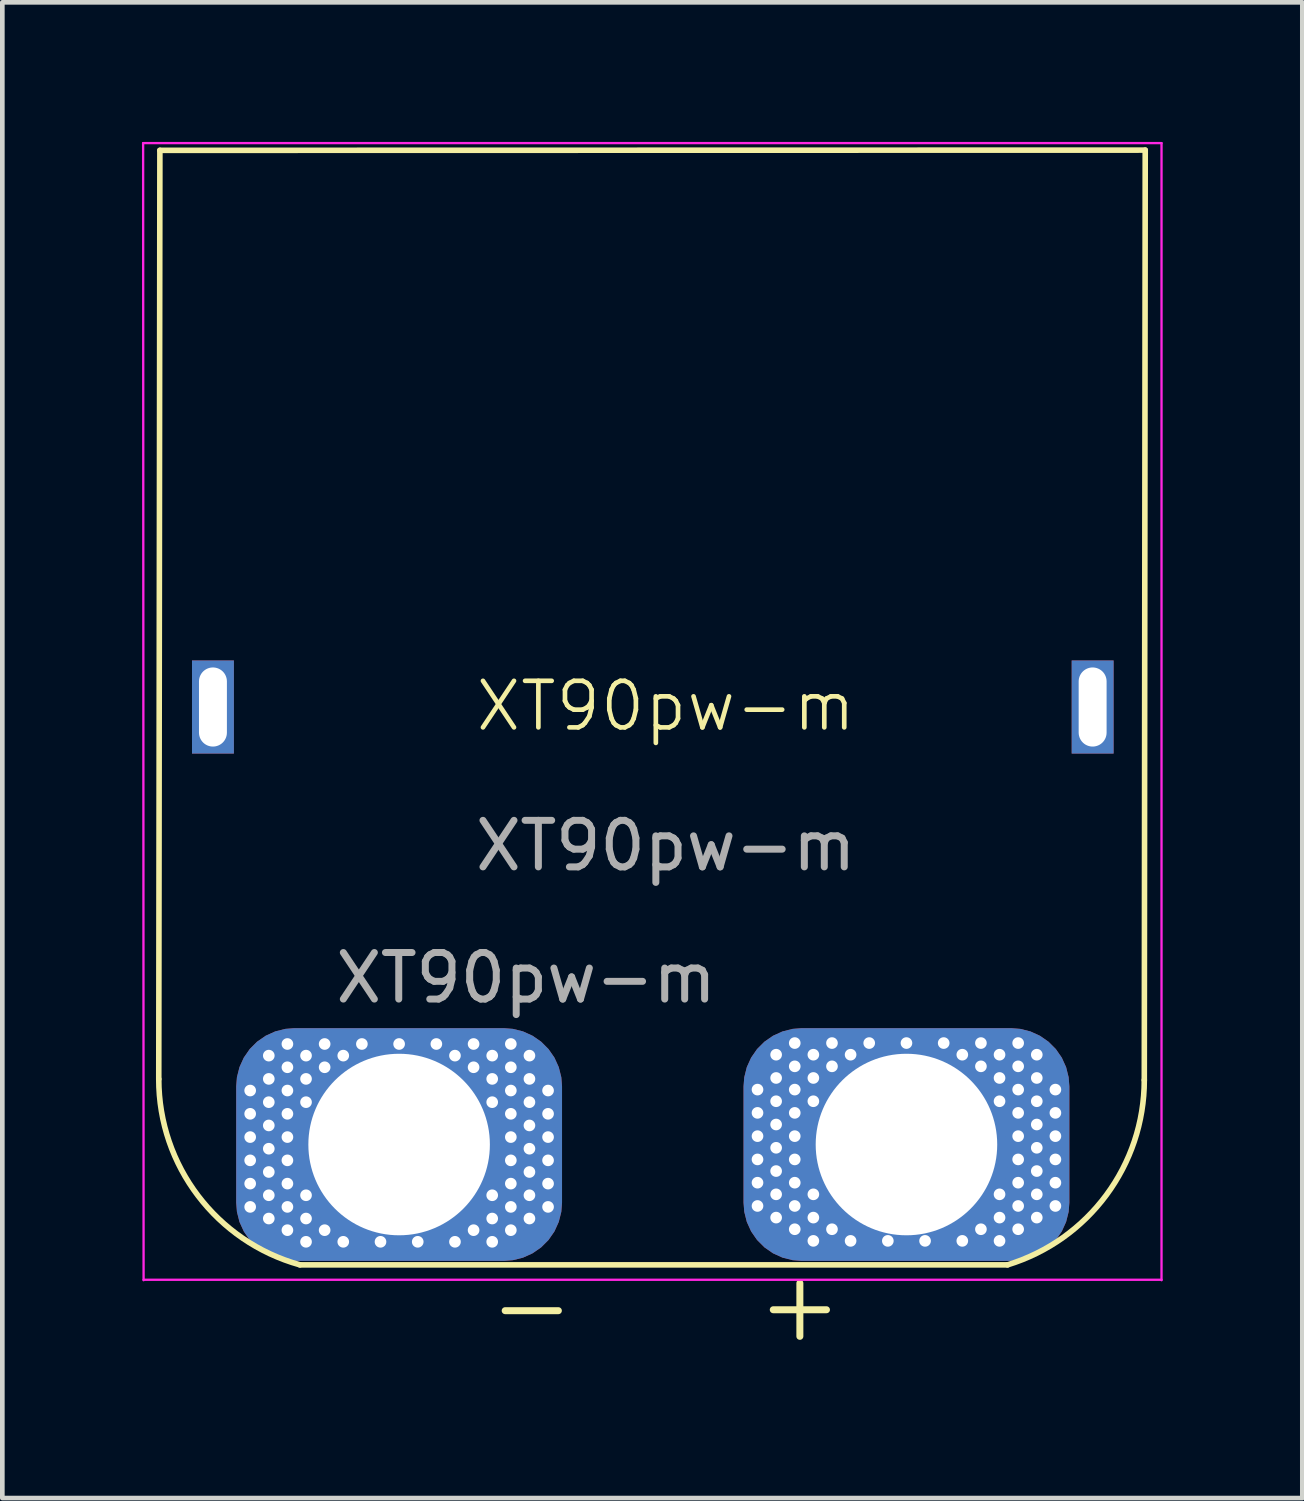
<source format=kicad_pcb>
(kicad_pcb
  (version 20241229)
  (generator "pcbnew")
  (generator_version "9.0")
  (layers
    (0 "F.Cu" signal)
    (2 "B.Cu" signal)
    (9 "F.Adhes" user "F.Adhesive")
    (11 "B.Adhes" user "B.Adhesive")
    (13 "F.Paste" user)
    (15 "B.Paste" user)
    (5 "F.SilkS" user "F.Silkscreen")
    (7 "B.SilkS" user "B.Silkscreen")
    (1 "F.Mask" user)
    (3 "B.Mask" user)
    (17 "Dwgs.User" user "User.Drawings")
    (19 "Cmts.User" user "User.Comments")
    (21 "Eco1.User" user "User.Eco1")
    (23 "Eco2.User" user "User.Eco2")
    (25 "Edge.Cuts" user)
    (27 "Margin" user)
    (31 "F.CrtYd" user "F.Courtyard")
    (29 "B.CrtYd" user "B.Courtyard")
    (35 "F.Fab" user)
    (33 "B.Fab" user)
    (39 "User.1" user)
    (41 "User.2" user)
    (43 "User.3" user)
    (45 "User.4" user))
  (footprint "XT90pw-m"
    (layer "F.Cu")
    (at 11.255 12.62)
    (property "Reference" "XT90pw-m" (at 0 -0.5 0) (unlocked yes) (layer "F.SilkS") (effects (font (size 1 1) (thickness 0.1))))
    (attr through_hole)
    (fp_line (start -10.87 -12.44) (end -10.894 7.515) (stroke (width 0.12) (type solid)) (layer "F.SilkS"))
    (fp_line (start -10.87 -12.44) (end 10.3 -12.445) (stroke (width 0.12) (type solid)) (layer "F.SilkS"))
    (fp_line (start -7.862 11.505) (end 7.342 11.505) (stroke (width 0.12) (type solid)) (layer "F.SilkS"))
    (fp_line (start 10.3 -12.445) (end 10.28 7.535) (stroke (width 0.12) (type solid)) (layer "F.SilkS"))
    (fp_arc (start -7.862398 11.504846) (mid -10.050071 10.020351) (end -10.893919 7.514846) (stroke (width 0.12) (type solid)) (layer "F.SilkS"))
    (fp_arc (start 10.28 7.534576) (mid 9.465683 10.004074) (end 7.342175 11.504823) (stroke (width 0.12) (type solid)) (layer "F.SilkS"))
    (fp_line (start -11.23 -12.595) (end -11.22 11.835) (stroke (width 0.05) (type solid)) (layer "F.CrtYd"))
    (fp_line (start -11.23 -12.595) (end 10.65 -12.595) (stroke (width 0.05) (type solid)) (layer "F.CrtYd"))
    (fp_line (start 10.65 -12.595) (end 10.65 11.835) (stroke (width 0.05) (type solid)) (layer "F.CrtYd"))
    (fp_line (start 10.65 11.825) (end -11.22 11.825) (stroke (width 0.05) (type solid)) (layer "F.CrtYd"))
    (fp_text user "-" (at -2.88 12.375 0) (layer "F.SilkS") (effects (font (size 1.5 1.5) (thickness 0.15))))
    (fp_text user "+" (at 2.88 12.355 0) (layer "F.SilkS") (effects (font (size 1.5 1.5) (thickness 0.15))))
    (fp_text user "${REFERENCE}" (at 0 2.5 0) (unlocked yes) (layer "F.Fab") (effects (font (size 1 1) (thickness 0.15))))
    (fp_text user "${REFERENCE}" (at -3 5.34 0) (layer "F.Fab") (effects (font (size 1 1) (thickness 0.15))))
    (pad "" thru_hole rect (at -9.73 -0.48) (size 0.9 2) (drill oval 0.6 1.7) (layers "*.Cu" "*.Mask"))
    (pad "" thru_hole rect (at 9.17 -0.48) (size 0.9 2) (drill oval 0.6 1.7) (layers "*.Cu" "*.Mask"))
    (pad "1" thru_hole roundrect (at -5.73 8.92) (size 7 5) (drill 3.9) (layers "*.Cu" "*.Mask") (roundrect_rratio 0.25))
    (pad "2" thru_hole circle (at -8.93 7.76 270) (size 0.55 0.55) (drill 0.25) (layers "*.Cu"))
    (pad "2" thru_hole circle (at -8.93 8.26 270) (size 0.55 0.55) (drill 0.25) (layers "*.Cu"))
    (pad "2" thru_hole circle (at -8.93 8.76 270) (size 0.55 0.55) (drill 0.25) (layers "*.Cu"))
    (pad "2" thru_hole circle (at -8.93 9.26 270) (size 0.55 0.55) (drill 0.25) (layers "*.Cu"))
    (pad "2" thru_hole circle (at -8.93 9.76 270) (size 0.55 0.55) (drill 0.25) (layers "*.Cu"))
    (pad "2" thru_hole circle (at -8.93 10.26 270) (size 0.55 0.55) (drill 0.25) (layers "*.Cu"))
    (pad "2" thru_hole circle (at -8.53 7.01 270) (size 0.55 0.55) (drill 0.25) (layers "*.Cu"))
    (pad "2" thru_hole circle (at -8.53 7.51 270) (size 0.55 0.55) (drill 0.25) (layers "*.Cu"))
    (pad "2" thru_hole circle (at -8.53 8.01 270) (size 0.55 0.55) (drill 0.25) (layers "*.Cu"))
    (pad "2" thru_hole circle (at -8.53 8.51 270) (size 0.55 0.55) (drill 0.25) (layers "*.Cu"))
    (pad "2" thru_hole circle (at -8.53 9.01 270) (size 0.55 0.55) (drill 0.25) (layers "*.Cu"))
    (pad "2" thru_hole circle (at -8.53 9.51 270) (size 0.55 0.55) (drill 0.25) (layers "*.Cu"))
    (pad "2" thru_hole circle (at -8.53 10.01 270) (size 0.55 0.55) (drill 0.25) (layers "*.Cu"))
    (pad "2" thru_hole circle (at -8.53 10.51 270) (size 0.55 0.55) (drill 0.25) (layers "*.Cu"))
    (pad "2" thru_hole circle (at -8.13 6.76 270) (size 0.55 0.55) (drill 0.25) (layers "*.Cu"))
    (pad "2" thru_hole circle (at -8.13 7.26 270) (size 0.55 0.55) (drill 0.25) (layers "*.Cu"))
    (pad "2" thru_hole circle (at -8.13 7.76 270) (size 0.55 0.55) (drill 0.25) (layers "*.Cu"))
    (pad "2" thru_hole circle (at -8.13 8.26 270) (size 0.55 0.55) (drill 0.25) (layers "*.Cu"))
    (pad "2" thru_hole circle (at -8.13 8.76 270) (size 0.55 0.55) (drill 0.25) (layers "*.Cu"))
    (pad "2" thru_hole circle (at -8.13 9.26 270) (size 0.55 0.55) (drill 0.25) (layers "*.Cu"))
    (pad "2" thru_hole circle (at -8.13 9.76 270) (size 0.55 0.55) (drill 0.25) (layers "*.Cu"))
    (pad "2" thru_hole circle (at -8.13 10.26 270) (size 0.55 0.55) (drill 0.25) (layers "*.Cu"))
    (pad "2" thru_hole circle (at -8.13 10.76 270) (size 0.55 0.55) (drill 0.25) (layers "*.Cu"))
    (pad "2" thru_hole circle (at -7.73 7.01 270) (size 0.55 0.55) (drill 0.25) (layers "*.Cu"))
    (pad "2" thru_hole circle (at -7.73 7.51 270) (size 0.55 0.55) (drill 0.25) (layers "*.Cu"))
    (pad "2" thru_hole circle (at -7.73 8.01 270) (size 0.55 0.55) (drill 0.25) (layers "*.Cu"))
    (pad "2" thru_hole circle (at -7.73 10.01 270) (size 0.55 0.55) (drill 0.25) (layers "*.Cu"))
    (pad "2" thru_hole circle (at -7.73 10.51 270) (size 0.55 0.55) (drill 0.25) (layers "*.Cu"))
    (pad "2" thru_hole circle (at -7.73 11.01 270) (size 0.55 0.55) (drill 0.25) (layers "*.Cu"))
    (pad "2" thru_hole circle (at -7.33 6.76 270) (size 0.55 0.55) (drill 0.25) (layers "*.Cu"))
    (pad "2" thru_hole circle (at -7.33 7.26 270) (size 0.55 0.55) (drill 0.25) (layers "*.Cu"))
    (pad "2" thru_hole circle (at -7.33 10.76 270) (size 0.55 0.55) (drill 0.25) (layers "*.Cu"))
    (pad "2" thru_hole circle (at -6.93 7.01 270) (size 0.55 0.55) (drill 0.25) (layers "*.Cu"))
    (pad "2" thru_hole circle (at -6.93 11.01 270) (size 0.55 0.55) (drill 0.25) (layers "*.Cu"))
    (pad "2" thru_hole circle (at -6.53 6.76 270) (size 0.55 0.55) (drill 0.25) (layers "*.Cu"))
    (pad "2" thru_hole circle (at -6.13 11.01 270) (size 0.55 0.55) (drill 0.25) (layers "*.Cu"))
    (pad "2" thru_hole circle (at -5.73 6.76 270) (size 0.55 0.55) (drill 0.25) (layers "*.Cu"))
    (pad "2" thru_hole circle (at -5.33 11.01 270) (size 0.55 0.55) (drill 0.25) (layers "*.Cu"))
    (pad "2" thru_hole circle (at -4.93 6.76 270) (size 0.55 0.55) (drill 0.25) (layers "*.Cu"))
    (pad "2" thru_hole circle (at -4.53 7.01 270) (size 0.55 0.55) (drill 0.25) (layers "*.Cu"))
    (pad "2" thru_hole circle (at -4.53 11.01 270) (size 0.55 0.55) (drill 0.25) (layers "*.Cu"))
    (pad "2" thru_hole circle (at -4.13 6.76 270) (size 0.55 0.55) (drill 0.25) (layers "*.Cu"))
    (pad "2" thru_hole circle (at -4.13 7.26 270) (size 0.55 0.55) (drill 0.25) (layers "*.Cu"))
    (pad "2" thru_hole circle (at -4.13 10.76 270) (size 0.55 0.55) (drill 0.25) (layers "*.Cu"))
    (pad "2" thru_hole circle (at -3.73 7.01 270) (size 0.55 0.55) (drill 0.25) (layers "*.Cu"))
    (pad "2" thru_hole circle (at -3.73 7.51 270) (size 0.55 0.55) (drill 0.25) (layers "*.Cu"))
    (pad "2" thru_hole circle (at -3.73 8.01 270) (size 0.55 0.55) (drill 0.25) (layers "*.Cu"))
    (pad "2" thru_hole circle (at -3.73 10.01 270) (size 0.55 0.55) (drill 0.25) (layers "*.Cu"))
    (pad "2" thru_hole circle (at -3.73 10.51 270) (size 0.55 0.55) (drill 0.25) (layers "*.Cu"))
    (pad "2" thru_hole circle (at -3.73 11.01 270) (size 0.55 0.55) (drill 0.25) (layers "*.Cu"))
    (pad "2" thru_hole circle (at -3.33 6.76 270) (size 0.55 0.55) (drill 0.25) (layers "*.Cu"))
    (pad "2" thru_hole circle (at -3.33 7.26 270) (size 0.55 0.55) (drill 0.25) (layers "*.Cu"))
    (pad "2" thru_hole circle (at -3.33 7.76 270) (size 0.55 0.55) (drill 0.25) (layers "*.Cu"))
    (pad "2" thru_hole circle (at -3.33 8.26 270) (size 0.55 0.55) (drill 0.25) (layers "*.Cu"))
    (pad "2" thru_hole circle (at -3.33 8.76 270) (size 0.55 0.55) (drill 0.25) (layers "*.Cu"))
    (pad "2" thru_hole circle (at -3.33 9.26 270) (size 0.55 0.55) (drill 0.25) (layers "*.Cu"))
    (pad "2" thru_hole circle (at -3.33 9.76 270) (size 0.55 0.55) (drill 0.25) (layers "*.Cu"))
    (pad "2" thru_hole circle (at -3.33 10.26 270) (size 0.55 0.55) (drill 0.25) (layers "*.Cu"))
    (pad "2" thru_hole circle (at -3.33 10.76 270) (size 0.55 0.55) (drill 0.25) (layers "*.Cu"))
    (pad "2" thru_hole circle (at -2.93 7.01 270) (size 0.55 0.55) (drill 0.25) (layers "*.Cu"))
    (pad "2" thru_hole circle (at -2.93 7.51 270) (size 0.55 0.55) (drill 0.25) (layers "*.Cu"))
    (pad "2" thru_hole circle (at -2.93 8.01 270) (size 0.55 0.55) (drill 0.25) (layers "*.Cu"))
    (pad "2" thru_hole circle (at -2.93 8.51 270) (size 0.55 0.55) (drill 0.25) (layers "*.Cu"))
    (pad "2" thru_hole circle (at -2.93 9.01 270) (size 0.55 0.55) (drill 0.25) (layers "*.Cu"))
    (pad "2" thru_hole circle (at -2.93 9.51 270) (size 0.55 0.55) (drill 0.25) (layers "*.Cu"))
    (pad "2" thru_hole circle (at -2.93 10.01 270) (size 0.55 0.55) (drill 0.25) (layers "*.Cu"))
    (pad "2" thru_hole circle (at -2.93 10.51 270) (size 0.55 0.55) (drill 0.25) (layers "*.Cu"))
    (pad "2" thru_hole circle (at -2.53 7.76 270) (size 0.55 0.55) (drill 0.25) (layers "*.Cu"))
    (pad "2" thru_hole circle (at -2.53 8.26 270) (size 0.55 0.55) (drill 0.25) (layers "*.Cu"))
    (pad "2" thru_hole circle (at -2.53 8.76 270) (size 0.55 0.55) (drill 0.25) (layers "*.Cu"))
    (pad "2" thru_hole circle (at -2.53 9.26 270) (size 0.55 0.55) (drill 0.25) (layers "*.Cu"))
    (pad "2" thru_hole circle (at -2.53 9.76 270) (size 0.55 0.55) (drill 0.25) (layers "*.Cu"))
    (pad "2" thru_hole circle (at -2.53 10.26 270) (size 0.55 0.55) (drill 0.25) (layers "*.Cu"))
    (pad "2" thru_hole circle (at 1.97 7.74 270) (size 0.55 0.55) (drill 0.25) (layers "*.Cu"))
    (pad "2" thru_hole circle (at 1.97 8.24 270) (size 0.55 0.55) (drill 0.25) (layers "*.Cu"))
    (pad "2" thru_hole circle (at 1.97 8.74 270) (size 0.55 0.55) (drill 0.25) (layers "*.Cu"))
    (pad "2" thru_hole circle (at 1.97 9.24 270) (size 0.55 0.55) (drill 0.25) (layers "*.Cu"))
    (pad "2" thru_hole circle (at 1.97 9.74 270) (size 0.55 0.55) (drill 0.25) (layers "*.Cu"))
    (pad "2" thru_hole circle (at 1.97 10.24 270) (size 0.55 0.55) (drill 0.25) (layers "*.Cu"))
    (pad "2" thru_hole circle (at 2.37 6.99 270) (size 0.55 0.55) (drill 0.25) (layers "*.Cu"))
    (pad "2" thru_hole circle (at 2.37 7.49 270) (size 0.55 0.55) (drill 0.25) (layers "*.Cu"))
    (pad "2" thru_hole circle (at 2.37 7.99 270) (size 0.55 0.55) (drill 0.25) (layers "*.Cu"))
    (pad "2" thru_hole circle (at 2.37 8.49 270) (size 0.55 0.55) (drill 0.25) (layers "*.Cu"))
    (pad "2" thru_hole circle (at 2.37 8.99 270) (size 0.55 0.55) (drill 0.25) (layers "*.Cu"))
    (pad "2" thru_hole circle (at 2.37 9.49 270) (size 0.55 0.55) (drill 0.25) (layers "*.Cu"))
    (pad "2" thru_hole circle (at 2.37 9.99 270) (size 0.55 0.55) (drill 0.25) (layers "*.Cu"))
    (pad "2" thru_hole circle (at 2.37 10.49 270) (size 0.55 0.55) (drill 0.25) (layers "*.Cu"))
    (pad "2" thru_hole circle (at 2.77 6.74 270) (size 0.55 0.55) (drill 0.25) (layers "*.Cu"))
    (pad "2" thru_hole circle (at 2.77 7.24 270) (size 0.55 0.55) (drill 0.25) (layers "*.Cu"))
    (pad "2" thru_hole circle (at 2.77 7.74 270) (size 0.55 0.55) (drill 0.25) (layers "*.Cu"))
    (pad "2" thru_hole circle (at 2.77 8.24 270) (size 0.55 0.55) (drill 0.25) (layers "*.Cu"))
    (pad "2" thru_hole circle (at 2.77 8.74 270) (size 0.55 0.55) (drill 0.25) (layers "*.Cu"))
    (pad "2" thru_hole circle (at 2.77 9.24 270) (size 0.55 0.55) (drill 0.25) (layers "*.Cu"))
    (pad "2" thru_hole circle (at 2.77 9.74 270) (size 0.55 0.55) (drill 0.25) (layers "*.Cu"))
    (pad "2" thru_hole circle (at 2.77 10.24 270) (size 0.55 0.55) (drill 0.25) (layers "*.Cu"))
    (pad "2" thru_hole circle (at 2.77 10.74 270) (size 0.55 0.55) (drill 0.25) (layers "*.Cu"))
    (pad "2" thru_hole circle (at 3.17 6.99 270) (size 0.55 0.55) (drill 0.25) (layers "*.Cu"))
    (pad "2" thru_hole circle (at 3.17 7.49 270) (size 0.55 0.55) (drill 0.25) (layers "*.Cu"))
    (pad "2" thru_hole circle (at 3.17 7.99 270) (size 0.55 0.55) (drill 0.25) (layers "*.Cu"))
    (pad "2" thru_hole circle (at 3.17 9.99 270) (size 0.55 0.55) (drill 0.25) (layers "*.Cu"))
    (pad "2" thru_hole circle (at 3.17 10.49 270) (size 0.55 0.55) (drill 0.25) (layers "*.Cu"))
    (pad "2" thru_hole circle (at 3.17 10.99 270) (size 0.55 0.55) (drill 0.25) (layers "*.Cu"))
    (pad "2" thru_hole circle (at 3.57 6.74 270) (size 0.55 0.55) (drill 0.25) (layers "*.Cu"))
    (pad "2" thru_hole circle (at 3.57 7.24 270) (size 0.55 0.55) (drill 0.25) (layers "*.Cu"))
    (pad "2" thru_hole circle (at 3.57 10.74 270) (size 0.55 0.55) (drill 0.25) (layers "*.Cu"))
    (pad "2" thru_hole circle (at 3.97 6.99 270) (size 0.55 0.55) (drill 0.25) (layers "*.Cu"))
    (pad "2" thru_hole circle (at 3.97 10.99 270) (size 0.55 0.55) (drill 0.25) (layers "*.Cu"))
    (pad "2" thru_hole circle (at 4.37 6.74 270) (size 0.55 0.55) (drill 0.25) (layers "*.Cu"))
    (pad "2" thru_hole circle (at 4.77 10.99 270) (size 0.55 0.55) (drill 0.25) (layers "*.Cu"))
    (pad "2" thru_hole circle (at 5.17 6.74 270) (size 0.55 0.55) (drill 0.25) (layers "*.Cu"))
    (pad "2" thru_hole roundrect (at 5.17 8.92) (size 7 5) (drill 3.9) (layers "*.Cu" "*.Mask") (roundrect_rratio 0.25))
    (pad "2" thru_hole circle (at 5.57 10.99 270) (size 0.55 0.55) (drill 0.25) (layers "*.Cu"))
    (pad "2" thru_hole circle (at 5.97 6.74 270) (size 0.55 0.55) (drill 0.25) (layers "*.Cu"))
    (pad "2" thru_hole circle (at 6.37 6.99 270) (size 0.55 0.55) (drill 0.25) (layers "*.Cu"))
    (pad "2" thru_hole circle (at 6.37 10.99 270) (size 0.55 0.55) (drill 0.25) (layers "*.Cu"))
    (pad "2" thru_hole circle (at 6.77 6.74 270) (size 0.55 0.55) (drill 0.25) (layers "*.Cu"))
    (pad "2" thru_hole circle (at 6.77 7.24 270) (size 0.55 0.55) (drill 0.25) (layers "*.Cu"))
    (pad "2" thru_hole circle (at 6.77 10.74 270) (size 0.55 0.55) (drill 0.25) (layers "*.Cu"))
    (pad "2" thru_hole circle (at 7.17 6.99 270) (size 0.55 0.55) (drill 0.25) (layers "*.Cu"))
    (pad "2" thru_hole circle (at 7.17 7.49 270) (size 0.55 0.55) (drill 0.25) (layers "*.Cu"))
    (pad "2" thru_hole circle (at 7.17 7.99 270) (size 0.55 0.55) (drill 0.25) (layers "*.Cu"))
    (pad "2" thru_hole circle (at 7.17 9.99 270) (size 0.55 0.55) (drill 0.25) (layers "*.Cu"))
    (pad "2" thru_hole circle (at 7.17 10.49 270) (size 0.55 0.55) (drill 0.25) (layers "*.Cu"))
    (pad "2" thru_hole circle (at 7.17 10.99 270) (size 0.55 0.55) (drill 0.25) (layers "*.Cu"))
    (pad "2" thru_hole circle (at 7.57 6.74 270) (size 0.55 0.55) (drill 0.25) (layers "*.Cu"))
    (pad "2" thru_hole circle (at 7.57 7.24 270) (size 0.55 0.55) (drill 0.25) (layers "*.Cu"))
    (pad "2" thru_hole circle (at 7.57 7.74 270) (size 0.55 0.55) (drill 0.25) (layers "*.Cu"))
    (pad "2" thru_hole circle (at 7.57 8.24 270) (size 0.55 0.55) (drill 0.25) (layers "*.Cu"))
    (pad "2" thru_hole circle (at 7.57 8.74 270) (size 0.55 0.55) (drill 0.25) (layers "*.Cu"))
    (pad "2" thru_hole circle (at 7.57 9.24 270) (size 0.55 0.55) (drill 0.25) (layers "*.Cu"))
    (pad "2" thru_hole circle (at 7.57 9.74 270) (size 0.55 0.55) (drill 0.25) (layers "*.Cu"))
    (pad "2" thru_hole circle (at 7.57 10.24 270) (size 0.55 0.55) (drill 0.25) (layers "*.Cu"))
    (pad "2" thru_hole circle (at 7.57 10.74 270) (size 0.55 0.55) (drill 0.25) (layers "*.Cu"))
    (pad "2" thru_hole circle (at 7.97 6.99 270) (size 0.55 0.55) (drill 0.25) (layers "*.Cu"))
    (pad "2" thru_hole circle (at 7.97 7.49 270) (size 0.55 0.55) (drill 0.25) (layers "*.Cu"))
    (pad "2" thru_hole circle (at 7.97 7.99 270) (size 0.55 0.55) (drill 0.25) (layers "*.Cu"))
    (pad "2" thru_hole circle (at 7.97 8.49 270) (size 0.55 0.55) (drill 0.25) (layers "*.Cu"))
    (pad "2" thru_hole circle (at 7.97 8.99 270) (size 0.55 0.55) (drill 0.25) (layers "*.Cu"))
    (pad "2" thru_hole circle (at 7.97 9.49 270) (size 0.55 0.55) (drill 0.25) (layers "*.Cu"))
    (pad "2" thru_hole circle (at 7.97 9.99 270) (size 0.55 0.55) (drill 0.25) (layers "*.Cu"))
    (pad "2" thru_hole circle (at 7.97 10.49 270) (size 0.55 0.55) (drill 0.25) (layers "*.Cu"))
    (pad "2" thru_hole circle (at 8.37 7.74 270) (size 0.55 0.55) (drill 0.25) (layers "*.Cu"))
    (pad "2" thru_hole circle (at 8.37 8.24 270) (size 0.55 0.55) (drill 0.25) (layers "*.Cu"))
    (pad "2" thru_hole circle (at 8.37 8.74 270) (size 0.55 0.55) (drill 0.25) (layers "*.Cu"))
    (pad "2" thru_hole circle (at 8.37 9.24 270) (size 0.55 0.55) (drill 0.25) (layers "*.Cu"))
    (pad "2" thru_hole circle (at 8.37 9.74 270) (size 0.55 0.55) (drill 0.25) (layers "*.Cu"))
    (pad "2" thru_hole circle (at 8.37 10.24 270) (size 0.55 0.55) (drill 0.25) (layers "*.Cu")))
  (gr_rect
    (start -3 -3)
    (end 24.93 29.136)
    (stroke (width 0.1) (type default))
    (fill no)
    (layer "Edge.Cuts")))
</source>
